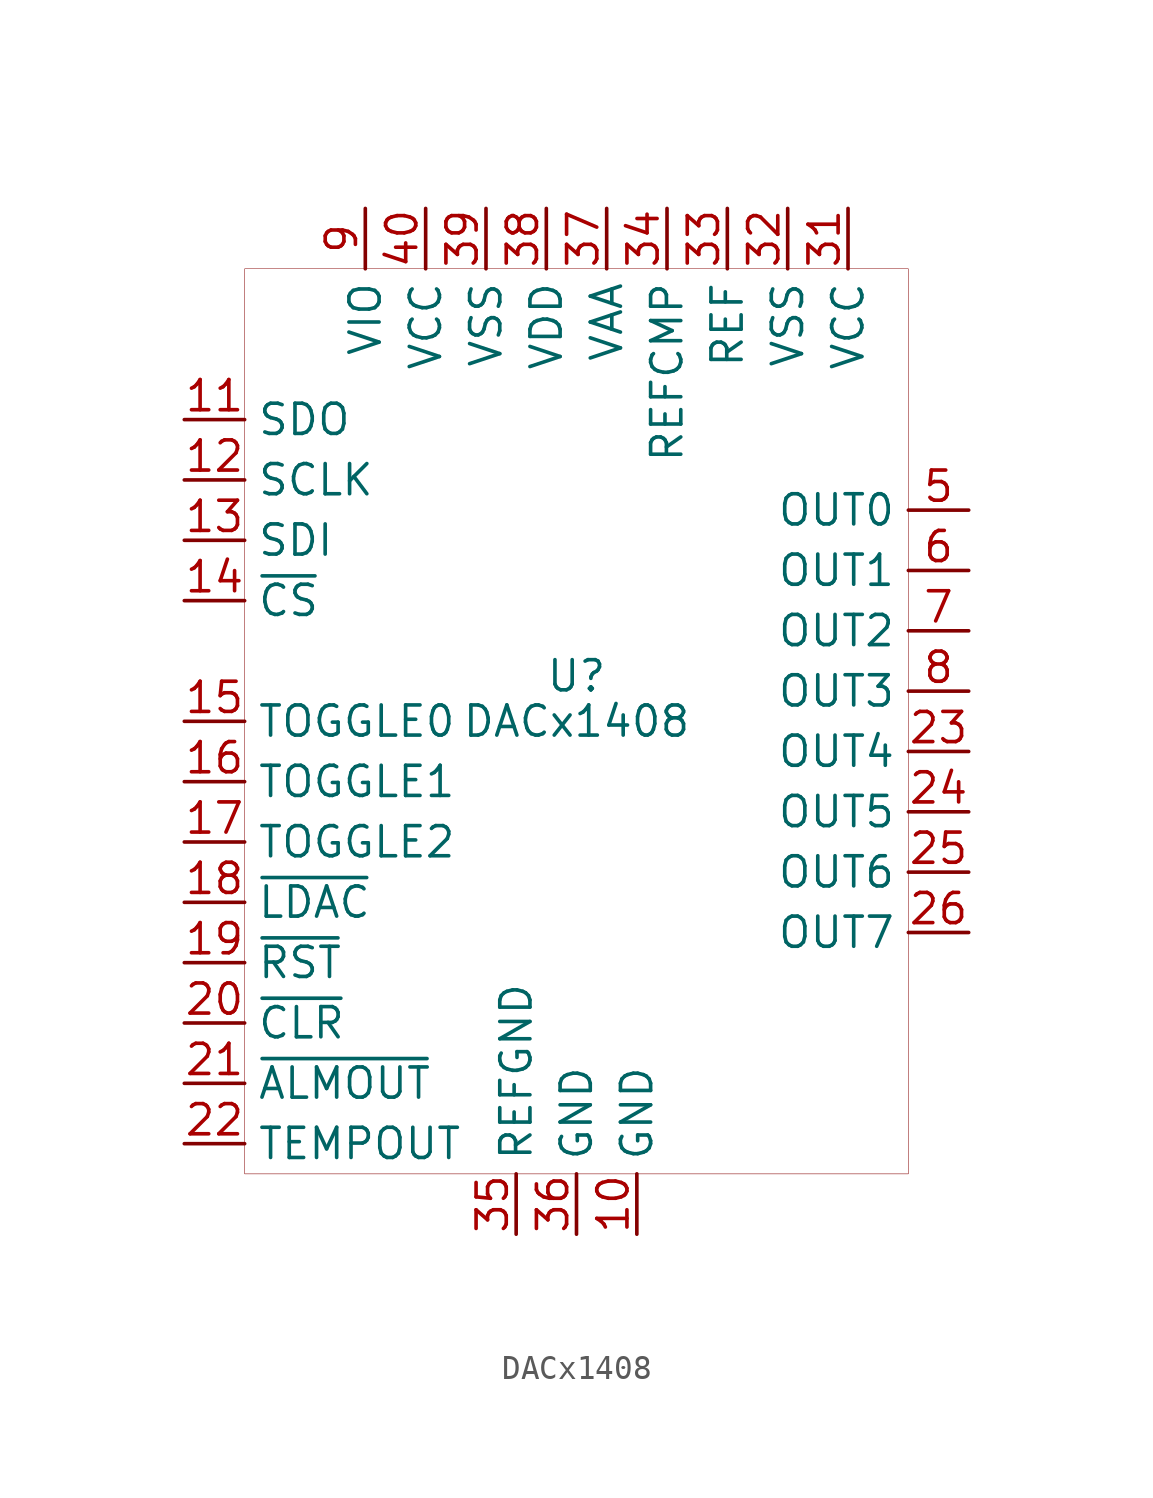
<source format=kicad_sym>
(kicad_symbol_lib
  (version 20201005)
  (generator kicad_symbol_editor)
  (symbol "TI_DACs:DACx1408"
    (property "Reference" "U"
      (at 0 1.905 0)
      (effects (font (size 1.27 1.27))))
    (property "Value" "DACx1408"
      (at 0 0 0)
      (effects (font (size 1.27 1.27))))
    (symbol "DACx1408_0_1"
      (rectangle (start -13.97 19.05) (end 13.97 -19.05) (stroke (width 0.001)) (fill (type none))))
    (symbol "DACx1408_1_1"
      (pin power_in line (at -6.35 21.59 270) (length 2.54) (name "VCC" (effects (font (size 1.27 1.27)))) (number "40" (effects (font (size 1.27 1.27)))))
      (pin power_in line (at -3.81 21.59 270) (length 2.54) (name "VSS" (effects (font (size 1.27 1.27)))) (number "39" (effects (font (size 1.27 1.27)))))
      (pin power_in line (at -1.27 21.59 270) (length 2.54) (name "VDD" (effects (font (size 1.27 1.27)))) (number "38" (effects (font (size 1.27 1.27)))))
      (pin power_in line (at 1.27 21.59 270) (length 2.54) (name "VAA" (effects (font (size 1.27 1.27)))) (number "37" (effects (font (size 1.27 1.27)))))
      (pin power_in line (at 0 -21.59 90) (length 2.54) (name "GND" (effects (font (size 1.27 1.27)))) (number "36" (effects (font (size 1.27 1.27)))))
      (pin power_in line (at -2.54 -21.59 90) (length 2.54) (name "REFGND" (effects (font (size 1.27 1.27)))) (number "35" (effects (font (size 1.27 1.27)))))
      (pin power_in line (at 6.35 21.59 270) (length 2.54) (name "REF" (effects (font (size 1.27 1.27)))) (number "33" (effects (font (size 1.27 1.27)))))
      (pin power_in line (at 3.81 21.59 270) (length 2.54) (name "REFCMP" (effects (font (size 1.27 1.27)))) (number "34" (effects (font (size 1.27 1.27)))))
      (pin power_in line (at 8.89 21.59 270) (length 2.54) (name "VSS" (effects (font (size 1.27 1.27)))) (number "32" (effects (font (size 1.27 1.27)))))
      (pin power_in line (at 11.43 21.59 270) (length 2.54) (name "VCC" (effects (font (size 1.27 1.27)))) (number "31" (effects (font (size 1.27 1.27)))))
      (pin power_out line (at 16.51 8.89 180) (length 2.54) (name "OUT0" (effects (font (size 1.27 1.27)))) (number "5" (effects (font (size 1.27 1.27)))))
      (pin power_out line (at 16.51 6.35 180) (length 2.54) (name "OUT1" (effects (font (size 1.27 1.27)))) (number "6" (effects (font (size 1.27 1.27)))))
      (pin power_out line (at 16.51 3.81 180) (length 2.54) (name "OUT2" (effects (font (size 1.27 1.27)))) (number "7" (effects (font (size 1.27 1.27)))))
      (pin power_out line (at 16.51 1.27 180) (length 2.54) (name "OUT3" (effects (font (size 1.27 1.27)))) (number "8" (effects (font (size 1.27 1.27)))))
      (pin power_out line (at 16.51 -1.27 180) (length 2.54) (name "OUT4" (effects (font (size 1.27 1.27)))) (number "23" (effects (font (size 1.27 1.27)))))
      (pin power_out line (at 16.51 -3.81 180) (length 2.54) (name "OUT5" (effects (font (size 1.27 1.27)))) (number "24" (effects (font (size 1.27 1.27)))))
      (pin power_out line (at 16.51 -6.35 180) (length 2.54) (name "OUT6" (effects (font (size 1.27 1.27)))) (number "25" (effects (font (size 1.27 1.27)))))
      (pin power_out line (at 16.51 -8.89 180) (length 2.54) (name "OUT7" (effects (font (size 1.27 1.27)))) (number "26" (effects (font (size 1.27 1.27)))))
      (pin power_in line (at -8.89 21.59 270) (length 2.54) (name "VIO" (effects (font (size 1.27 1.27)))) (number "9" (effects (font (size 1.27 1.27)))))
      (pin output line (at -16.51 12.7 0) (length 2.54) (name "SDO" (effects (font (size 1.27 1.27)))) (number "11" (effects (font (size 1.27 1.27)))))
      (pin power_in line (at 2.54 -21.59 90) (length 2.54) (name "GND" (effects (font (size 1.27 1.27)))) (number "10" (effects (font (size 1.27 1.27)))))
      (pin input line (at -16.51 10.16 0) (length 2.54) (name "SCLK" (effects (font (size 1.27 1.27)))) (number "12" (effects (font (size 1.27 1.27)))))
      (pin input line (at -16.51 7.62 0) (length 2.54) (name "SDI" (effects (font (size 1.27 1.27)))) (number "13" (effects (font (size 1.27 1.27)))))
      (pin input line (at -16.51 5.08 0) (length 2.54) (name "~CS" (effects (font (size 1.27 1.27)))) (number "14" (effects (font (size 1.27 1.27)))))
      (pin input line (at -16.51 0 0) (length 2.54) (name "TOGGLE0" (effects (font (size 1.27 1.27)))) (number "15" (effects (font (size 1.27 1.27)))))
      (pin input line (at -16.51 -2.54 0) (length 2.54) (name "TOGGLE1" (effects (font (size 1.27 1.27)))) (number "16" (effects (font (size 1.27 1.27)))))
      (pin input line (at -16.51 -5.08 0) (length 2.54) (name "TOGGLE2" (effects (font (size 1.27 1.27)))) (number "17" (effects (font (size 1.27 1.27)))))
      (pin input line (at -16.51 -7.62 0) (length 2.54) (name "~LDAC" (effects (font (size 1.27 1.27)))) (number "18" (effects (font (size 1.27 1.27)))))
      (pin input line (at -16.51 -10.16 0) (length 2.54) (name "~RST" (effects (font (size 1.27 1.27)))) (number "19" (effects (font (size 1.27 1.27)))))
      (pin input line (at -16.51 -12.7 0) (length 2.54) (name "~CLR" (effects (font (size 1.27 1.27)))) (number "20" (effects (font (size 1.27 1.27)))))
      (pin output line (at -16.51 -15.24 0) (length 2.54) (name "~ALMOUT" (effects (font (size 1.27 1.27)))) (number "21" (effects (font (size 1.27 1.27)))))
      (pin output line (at -16.51 -17.78 0) (length 2.54) (name "TEMPOUT" (effects (font (size 1.27 1.27)))) (number "22" (effects (font (size 1.27 1.27))))))))
</source>
